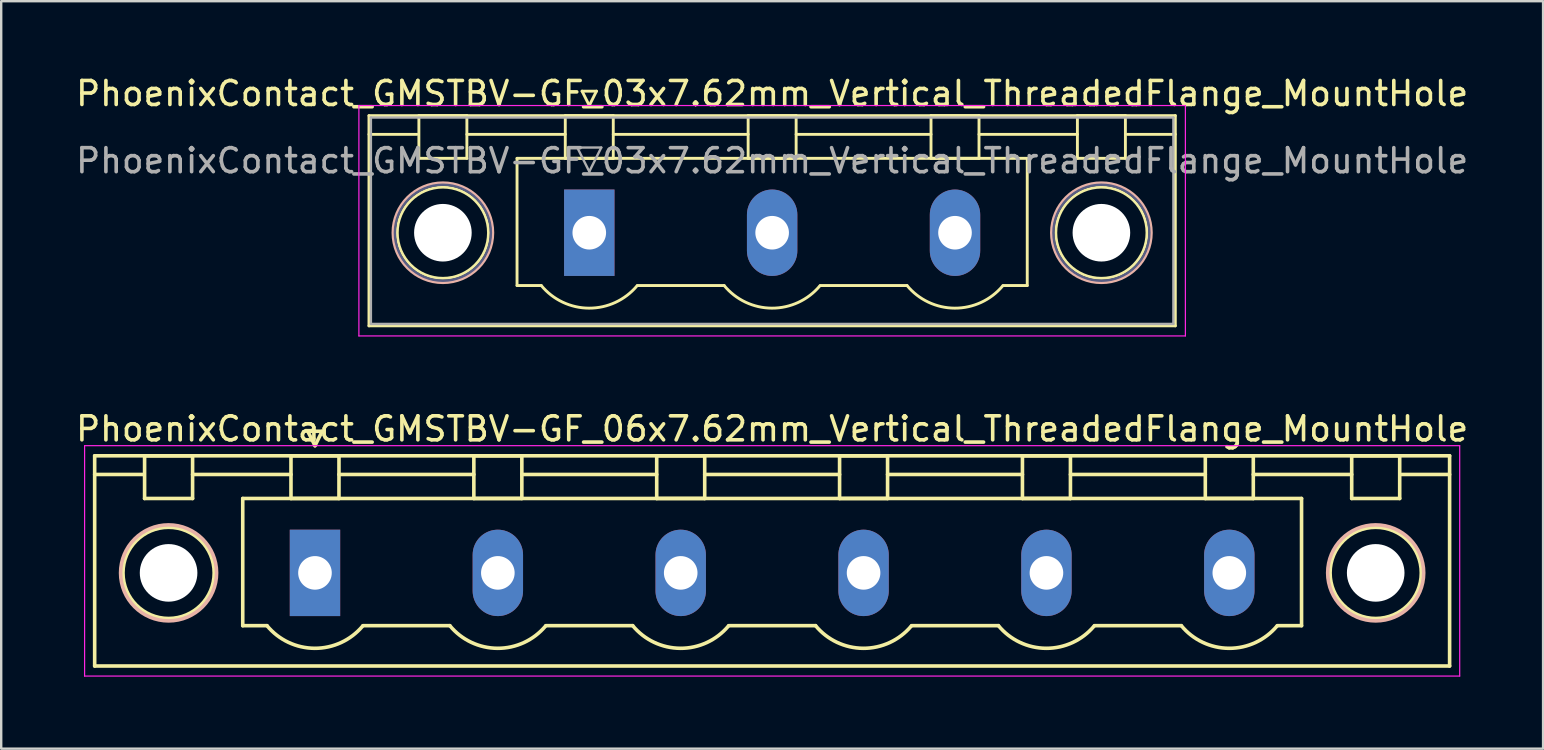
<source format=kicad_pcb>
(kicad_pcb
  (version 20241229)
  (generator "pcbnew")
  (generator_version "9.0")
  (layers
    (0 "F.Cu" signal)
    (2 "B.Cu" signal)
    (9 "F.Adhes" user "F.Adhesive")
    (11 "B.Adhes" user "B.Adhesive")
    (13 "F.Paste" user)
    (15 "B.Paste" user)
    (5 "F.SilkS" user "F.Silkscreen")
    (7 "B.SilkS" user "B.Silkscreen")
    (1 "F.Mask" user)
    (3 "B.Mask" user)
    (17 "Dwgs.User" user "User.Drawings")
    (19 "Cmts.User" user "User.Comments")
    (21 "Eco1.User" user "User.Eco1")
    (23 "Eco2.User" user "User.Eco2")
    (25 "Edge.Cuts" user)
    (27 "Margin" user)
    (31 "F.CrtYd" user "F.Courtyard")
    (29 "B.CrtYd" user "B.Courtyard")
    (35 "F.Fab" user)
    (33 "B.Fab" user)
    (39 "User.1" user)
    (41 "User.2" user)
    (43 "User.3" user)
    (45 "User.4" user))
  (footprint "PhoenixContact_GMSTBV-GF_06x7.62mm_Vertical_ThreadedFlange_MountHole"
    (layer "F.Cu")
    (at 10.075 20.822)
    (property "Reference" "PhoenixContact_GMSTBV-GF_06x7.62mm_Vertical_ThreadedFlange_MountHole" (at 19.05 -6 0) (layer "F.SilkS") (effects (font (size 1 1) (thickness 0.15))))
    (attr through_hole)
    (fp_line (start -9.18 -4.88) (end -9.18 3.88) (stroke (width 0.15) (type solid)) (layer "F.SilkS"))
    (fp_line (start -9.18 -4.1) (end -7.18 -4.1) (stroke (width 0.15) (type solid)) (layer "F.SilkS"))
    (fp_line (start -9.18 3.88) (end 47.28 3.88) (stroke (width 0.15) (type solid)) (layer "F.SilkS"))
    (fp_line (start -7.1 -4.88) (end -5.1 -4.88) (stroke (width 0.15) (type solid)) (layer "F.SilkS"))
    (fp_line (start -7.1 -3.1) (end -7.1 -4.88) (stroke (width 0.15) (type solid)) (layer "F.SilkS"))
    (fp_line (start -5.1 -4.88) (end -5.1 -3.1) (stroke (width 0.15) (type solid)) (layer "F.SilkS"))
    (fp_line (start -5.1 -4.1) (end -1 -4.1) (stroke (width 0.15) (type solid)) (layer "F.SilkS"))
    (fp_line (start -5.1 -3.1) (end -7.1 -3.1) (stroke (width 0.15) (type solid)) (layer "F.SilkS"))
    (fp_line (start -3.01 -3.1) (end 41.11 -3.1) (stroke (width 0.15) (type solid)) (layer "F.SilkS"))
    (fp_line (start -3.01 2.2) (end -3.01 -3.1) (stroke (width 0.15) (type solid)) (layer "F.SilkS"))
    (fp_line (start -2 2.2) (end -3.01 2.2) (stroke (width 0.15) (type solid)) (layer "F.SilkS"))
    (fp_line (start -1 -4.88) (end 1 -4.88) (stroke (width 0.15) (type solid)) (layer "F.SilkS"))
    (fp_line (start -1 -3.1) (end -1 -4.88) (stroke (width 0.15) (type solid)) (layer "F.SilkS"))
    (fp_line (start -0.3 -5.9) (end 0 -5.3) (stroke (width 0.15) (type solid)) (layer "F.SilkS"))
    (fp_line (start 0 -5.3) (end 0.3 -5.9) (stroke (width 0.15) (type solid)) (layer "F.SilkS"))
    (fp_line (start 0.3 -5.9) (end -0.3 -5.9) (stroke (width 0.15) (type solid)) (layer "F.SilkS"))
    (fp_line (start 1 -4.88) (end 1 -3.1) (stroke (width 0.15) (type solid)) (layer "F.SilkS"))
    (fp_line (start 1 -4.1) (end 6.62 -4.1) (stroke (width 0.15) (type solid)) (layer "F.SilkS"))
    (fp_line (start 1 -3.1) (end -1 -3.1) (stroke (width 0.15) (type solid)) (layer "F.SilkS"))
    (fp_line (start 2 2.2) (end 5.62 2.2) (stroke (width 0.15) (type solid)) (layer "F.SilkS"))
    (fp_line (start 6.62 -4.88) (end 8.62 -4.88) (stroke (width 0.15) (type solid)) (layer "F.SilkS"))
    (fp_line (start 6.62 -3.1) (end 6.62 -4.88) (stroke (width 0.15) (type solid)) (layer "F.SilkS"))
    (fp_line (start 8.62 -4.88) (end 8.62 -3.1) (stroke (width 0.15) (type solid)) (layer "F.SilkS"))
    (fp_line (start 8.62 -4.1) (end 14.24 -4.1) (stroke (width 0.15) (type solid)) (layer "F.SilkS"))
    (fp_line (start 8.62 -3.1) (end 6.62 -3.1) (stroke (width 0.15) (type solid)) (layer "F.SilkS"))
    (fp_line (start 9.62 2.2) (end 13.24 2.2) (stroke (width 0.15) (type solid)) (layer "F.SilkS"))
    (fp_line (start 14.24 -4.88) (end 16.24 -4.88) (stroke (width 0.15) (type solid)) (layer "F.SilkS"))
    (fp_line (start 14.24 -3.1) (end 14.24 -4.88) (stroke (width 0.15) (type solid)) (layer "F.SilkS"))
    (fp_line (start 16.24 -4.88) (end 16.24 -3.1) (stroke (width 0.15) (type solid)) (layer "F.SilkS"))
    (fp_line (start 16.24 -4.1) (end 21.86 -4.1) (stroke (width 0.15) (type solid)) (layer "F.SilkS"))
    (fp_line (start 16.24 -3.1) (end 14.24 -3.1) (stroke (width 0.15) (type solid)) (layer "F.SilkS"))
    (fp_line (start 17.24 2.2) (end 20.86 2.2) (stroke (width 0.15) (type solid)) (layer "F.SilkS"))
    (fp_line (start 21.86 -4.88) (end 23.86 -4.88) (stroke (width 0.15) (type solid)) (layer "F.SilkS"))
    (fp_line (start 21.86 -3.1) (end 21.86 -4.88) (stroke (width 0.15) (type solid)) (layer "F.SilkS"))
    (fp_line (start 23.86 -4.88) (end 23.86 -3.1) (stroke (width 0.15) (type solid)) (layer "F.SilkS"))
    (fp_line (start 23.86 -4.1) (end 29.48 -4.1) (stroke (width 0.15) (type solid)) (layer "F.SilkS"))
    (fp_line (start 23.86 -3.1) (end 21.86 -3.1) (stroke (width 0.15) (type solid)) (layer "F.SilkS"))
    (fp_line (start 24.86 2.2) (end 28.48 2.2) (stroke (width 0.15) (type solid)) (layer "F.SilkS"))
    (fp_line (start 29.48 -4.88) (end 31.48 -4.88) (stroke (width 0.15) (type solid)) (layer "F.SilkS"))
    (fp_line (start 29.48 -3.1) (end 29.48 -4.88) (stroke (width 0.15) (type solid)) (layer "F.SilkS"))
    (fp_line (start 31.48 -4.88) (end 31.48 -3.1) (stroke (width 0.15) (type solid)) (layer "F.SilkS"))
    (fp_line (start 31.48 -4.1) (end 37.1 -4.1) (stroke (width 0.15) (type solid)) (layer "F.SilkS"))
    (fp_line (start 31.48 -3.1) (end 29.48 -3.1) (stroke (width 0.15) (type solid)) (layer "F.SilkS"))
    (fp_line (start 32.48 2.2) (end 36.1 2.2) (stroke (width 0.15) (type solid)) (layer "F.SilkS"))
    (fp_line (start 37.1 -4.88) (end 39.1 -4.88) (stroke (width 0.15) (type solid)) (layer "F.SilkS"))
    (fp_line (start 37.1 -3.1) (end 37.1 -4.88) (stroke (width 0.15) (type solid)) (layer "F.SilkS"))
    (fp_line (start 39.1 -4.88) (end 39.1 -3.1) (stroke (width 0.15) (type solid)) (layer "F.SilkS"))
    (fp_line (start 39.1 -4.1) (end 43.2 -4.1) (stroke (width 0.15) (type solid)) (layer "F.SilkS"))
    (fp_line (start 39.1 -3.1) (end 37.1 -3.1) (stroke (width 0.15) (type solid)) (layer "F.SilkS"))
    (fp_line (start 41.11 -3.1) (end 41.11 2.2) (stroke (width 0.15) (type solid)) (layer "F.SilkS"))
    (fp_line (start 41.11 2.2) (end 40.1 2.2) (stroke (width 0.15) (type solid)) (layer "F.SilkS"))
    (fp_line (start 43.2 -4.88) (end 45.2 -4.88) (stroke (width 0.15) (type solid)) (layer "F.SilkS"))
    (fp_line (start 43.2 -3.1) (end 43.2 -4.88) (stroke (width 0.15) (type solid)) (layer "F.SilkS"))
    (fp_line (start 45.2 -4.88) (end 45.2 -3.1) (stroke (width 0.15) (type solid)) (layer "F.SilkS"))
    (fp_line (start 45.2 -3.1) (end 43.2 -3.1) (stroke (width 0.15) (type solid)) (layer "F.SilkS"))
    (fp_line (start 47.28 -4.88) (end -9.18 -4.88) (stroke (width 0.15) (type solid)) (layer "F.SilkS"))
    (fp_line (start 47.28 -4.1) (end 45.28 -4.1) (stroke (width 0.15) (type solid)) (layer "F.SilkS"))
    (fp_line (start 47.28 3.88) (end 47.28 -4.88) (stroke (width 0.15) (type solid)) (layer "F.SilkS"))
    (fp_arc (start 1.986842 2.215821) (mid -0.010289 3.142758) (end -2 2.2) (stroke (width 0.15) (type solid)) (layer "F.SilkS"))
    (fp_arc (start 9.606842 2.215821) (mid 7.609711 3.142758) (end 5.62 2.2) (stroke (width 0.15) (type solid)) (layer "F.SilkS"))
    (fp_arc (start 17.226842 2.215821) (mid 15.229711 3.142758) (end 13.24 2.2) (stroke (width 0.15) (type solid)) (layer "F.SilkS"))
    (fp_arc (start 24.846842 2.215821) (mid 22.849711 3.142758) (end 20.86 2.2) (stroke (width 0.15) (type solid)) (layer "F.SilkS"))
    (fp_arc (start 32.466842 2.215821) (mid 30.469711 3.142758) (end 28.48 2.2) (stroke (width 0.15) (type solid)) (layer "F.SilkS"))
    (fp_arc (start 40.086842 2.215821) (mid 38.089711 3.142758) (end 36.1 2.2) (stroke (width 0.15) (type solid)) (layer "F.SilkS"))
    (fp_circle (center -6.1 0) (end -5.1 0) (stroke (width 0.15) (type solid)) (fill no) (layer "F.SilkS"))
    (fp_circle (center -6.1 0) (end -4.2 0) (stroke (width 0.15) (type solid)) (fill no) (layer "F.SilkS"))
    (fp_circle (center 44.2 0) (end 45.2 0) (stroke (width 0.15) (type solid)) (fill no) (layer "F.SilkS"))
    (fp_circle (center 44.2 0) (end 46.1 0) (stroke (width 0.15) (type solid)) (fill no) (layer "F.SilkS"))
    (fp_circle (center -6.1 0) (end -4.1 0) (stroke (width 0.15) (type solid)) (fill no) (layer "B.SilkS"))
    (fp_circle (center 44.2 0) (end 46.2 0) (stroke (width 0.15) (type solid)) (fill no) (layer "B.SilkS"))
    (fp_line (start -9.6 -5.3) (end -9.6 4.3) (stroke (width 0.05) (type solid)) (layer "F.CrtYd"))
    (fp_line (start -9.6 4.3) (end 47.7 4.3) (stroke (width 0.05) (type solid)) (layer "F.CrtYd"))
    (fp_line (start 47.7 -5.3) (end -9.6 -5.3) (stroke (width 0.05) (type solid)) (layer "F.CrtYd"))
    (fp_line (start 47.7 4.3) (end 47.7 -5.3) (stroke (width 0.05) (type solid)) (layer "F.CrtYd"))
    (pad "" np_thru_hole circle (at -6.1 0) (size 2.4 2.4) (drill 2.4) (layers "*.Cu" "*.Mask"))
    (pad "" np_thru_hole circle (at 44.2 0) (size 2.4 2.4) (drill 2.4) (layers "*.Cu" "*.Mask"))
    (pad "1" thru_hole rect (at 0 0) (size 2.1 3.6) (drill 1.4) (layers "*.Cu" "*.Mask"))
    (pad "2" thru_hole oval (at 7.62 0) (size 2.1 3.6) (drill 1.4) (layers "*.Cu" "*.Mask"))
    (pad "3" thru_hole oval (at 15.24 0) (size 2.1 3.6) (drill 1.4) (layers "*.Cu" "*.Mask"))
    (pad "4" thru_hole oval (at 22.86 0) (size 2.1 3.6) (drill 1.4) (layers "*.Cu" "*.Mask"))
    (pad "5" thru_hole oval (at 30.48 0) (size 2.1 3.6) (drill 1.4) (layers "*.Cu" "*.Mask"))
    (pad "6" thru_hole oval (at 38.1 0) (size 2.1 3.6) (drill 1.4) (layers "*.Cu" "*.Mask")))
  (footprint "PhoenixContact_GMSTBV-GF_03x7.62mm_Vertical_ThreadedFlange_MountHole"
    (layer "F.Cu")
    (at 21.505 6.648)
    (property "Reference" "PhoenixContact_GMSTBV-GF_03x7.62mm_Vertical_ThreadedFlange_MountHole" (at 7.62 -5.8 0) (layer "F.SilkS") (effects (font (size 1 1) (thickness 0.15))))
    (attr through_hole)
    (fp_line (start -9.18 -4.88) (end -9.18 3.88) (stroke (width 0.12) (type solid)) (layer "F.SilkS"))
    (fp_line (start -9.18 -4.1) (end -7.18 -4.1) (stroke (width 0.12) (type solid)) (layer "F.SilkS"))
    (fp_line (start -9.18 3.88) (end 24.42 3.88) (stroke (width 0.12) (type solid)) (layer "F.SilkS"))
    (fp_line (start -7.1 -4.88) (end -5.1 -4.88) (stroke (width 0.12) (type solid)) (layer "F.SilkS"))
    (fp_line (start -7.1 -3.1) (end -7.1 -4.88) (stroke (width 0.12) (type solid)) (layer "F.SilkS"))
    (fp_line (start -5.1 -4.88) (end -5.1 -3.1) (stroke (width 0.12) (type solid)) (layer "F.SilkS"))
    (fp_line (start -5.1 -4.1) (end -1 -4.1) (stroke (width 0.12) (type solid)) (layer "F.SilkS"))
    (fp_line (start -5.1 -3.1) (end -7.1 -3.1) (stroke (width 0.12) (type solid)) (layer "F.SilkS"))
    (fp_line (start -3.01 -3.1) (end 18.25 -3.1) (stroke (width 0.12) (type solid)) (layer "F.SilkS"))
    (fp_line (start -3.01 2.2) (end -3.01 -3.1) (stroke (width 0.12) (type solid)) (layer "F.SilkS"))
    (fp_line (start -2 2.2) (end -3.01 2.2) (stroke (width 0.12) (type solid)) (layer "F.SilkS"))
    (fp_line (start -1 -4.88) (end 1 -4.88) (stroke (width 0.12) (type solid)) (layer "F.SilkS"))
    (fp_line (start -1 -3.1) (end -1 -4.88) (stroke (width 0.12) (type solid)) (layer "F.SilkS"))
    (fp_line (start -0.3 -5.9) (end 0.3 -5.9) (stroke (width 0.12) (type solid)) (layer "F.SilkS"))
    (fp_line (start 0 -5.3) (end -0.3 -5.9) (stroke (width 0.12) (type solid)) (layer "F.SilkS"))
    (fp_line (start 0.3 -5.9) (end 0 -5.3) (stroke (width 0.12) (type solid)) (layer "F.SilkS"))
    (fp_line (start 1 -4.88) (end 1 -3.1) (stroke (width 0.12) (type solid)) (layer "F.SilkS"))
    (fp_line (start 1 -4.1) (end 6.62 -4.1) (stroke (width 0.12) (type solid)) (layer "F.SilkS"))
    (fp_line (start 1 -3.1) (end -1 -3.1) (stroke (width 0.12) (type solid)) (layer "F.SilkS"))
    (fp_line (start 2 2.2) (end 5.62 2.2) (stroke (width 0.12) (type solid)) (layer "F.SilkS"))
    (fp_line (start 6.62 -4.88) (end 8.62 -4.88) (stroke (width 0.12) (type solid)) (layer "F.SilkS"))
    (fp_line (start 6.62 -3.1) (end 6.62 -4.88) (stroke (width 0.12) (type solid)) (layer "F.SilkS"))
    (fp_line (start 8.62 -4.88) (end 8.62 -3.1) (stroke (width 0.12) (type solid)) (layer "F.SilkS"))
    (fp_line (start 8.62 -4.1) (end 14.24 -4.1) (stroke (width 0.12) (type solid)) (layer "F.SilkS"))
    (fp_line (start 8.62 -3.1) (end 6.62 -3.1) (stroke (width 0.12) (type solid)) (layer "F.SilkS"))
    (fp_line (start 9.62 2.2) (end 13.24 2.2) (stroke (width 0.12) (type solid)) (layer "F.SilkS"))
    (fp_line (start 14.24 -4.88) (end 16.24 -4.88) (stroke (width 0.12) (type solid)) (layer "F.SilkS"))
    (fp_line (start 14.24 -3.1) (end 14.24 -4.88) (stroke (width 0.12) (type solid)) (layer "F.SilkS"))
    (fp_line (start 16.24 -4.88) (end 16.24 -3.1) (stroke (width 0.12) (type solid)) (layer "F.SilkS"))
    (fp_line (start 16.24 -4.1) (end 20.34 -4.1) (stroke (width 0.12) (type solid)) (layer "F.SilkS"))
    (fp_line (start 16.24 -3.1) (end 14.24 -3.1) (stroke (width 0.12) (type solid)) (layer "F.SilkS"))
    (fp_line (start 18.25 -3.1) (end 18.25 2.2) (stroke (width 0.12) (type solid)) (layer "F.SilkS"))
    (fp_line (start 18.25 2.2) (end 17.24 2.2) (stroke (width 0.12) (type solid)) (layer "F.SilkS"))
    (fp_line (start 20.34 -4.88) (end 22.34 -4.88) (stroke (width 0.12) (type solid)) (layer "F.SilkS"))
    (fp_line (start 20.34 -3.1) (end 20.34 -4.88) (stroke (width 0.12) (type solid)) (layer "F.SilkS"))
    (fp_line (start 22.34 -4.88) (end 22.34 -3.1) (stroke (width 0.12) (type solid)) (layer "F.SilkS"))
    (fp_line (start 22.34 -3.1) (end 20.34 -3.1) (stroke (width 0.12) (type solid)) (layer "F.SilkS"))
    (fp_line (start 24.42 -4.88) (end -9.18 -4.88) (stroke (width 0.12) (type solid)) (layer "F.SilkS"))
    (fp_line (start 24.42 -4.1) (end 22.42 -4.1) (stroke (width 0.12) (type solid)) (layer "F.SilkS"))
    (fp_line (start 24.42 3.88) (end 24.42 -4.88) (stroke (width 0.12) (type solid)) (layer "F.SilkS"))
    (fp_arc (start 1.986842 2.215821) (mid -0.010289 3.142758) (end -2 2.2) (stroke (width 0.12) (type solid)) (layer "F.SilkS"))
    (fp_arc (start 9.606842 2.215821) (mid 7.609711 3.142758) (end 5.62 2.2) (stroke (width 0.12) (type solid)) (layer "F.SilkS"))
    (fp_arc (start 17.226842 2.215821) (mid 15.229711 3.142758) (end 13.24 2.2) (stroke (width 0.12) (type solid)) (layer "F.SilkS"))
    (fp_circle (center -6.1 0) (end -4.2 0) (stroke (width 0.12) (type solid)) (fill no) (layer "F.SilkS"))
    (fp_circle (center 21.34 0) (end 23.24 0) (stroke (width 0.12) (type solid)) (fill no) (layer "F.SilkS"))
    (fp_circle (center -6.1 0) (end -4.02 0) (stroke (width 0.12) (type solid)) (fill no) (layer "B.SilkS"))
    (fp_circle (center 21.34 0) (end 23.42 0) (stroke (width 0.12) (type solid)) (fill no) (layer "B.SilkS"))
    (fp_line (start -9.6 -5.3) (end -9.6 4.3) (stroke (width 0.05) (type solid)) (layer "F.CrtYd"))
    (fp_line (start -9.6 4.3) (end 24.84 4.3) (stroke (width 0.05) (type solid)) (layer "F.CrtYd"))
    (fp_line (start 24.84 -5.3) (end -9.6 -5.3) (stroke (width 0.05) (type solid)) (layer "F.CrtYd"))
    (fp_line (start 24.84 4.3) (end 24.84 -5.3) (stroke (width 0.05) (type solid)) (layer "F.CrtYd"))
    (fp_circle (center -6.1 0) (end -4.1 0) (stroke (width 0.1) (type solid)) (fill no) (layer "B.Fab"))
    (fp_circle (center 21.34 0) (end 23.34 0) (stroke (width 0.1) (type solid)) (fill no) (layer "B.Fab"))
    (fp_line (start -9.1 -4.8) (end -9.1 3.8) (stroke (width 0.1) (type solid)) (layer "F.Fab"))
    (fp_line (start -9.1 3.8) (end 24.34 3.8) (stroke (width 0.1) (type solid)) (layer "F.Fab"))
    (fp_line (start -0.5 -3.55) (end 0.5 -3.55) (stroke (width 0.1) (type solid)) (layer "F.Fab"))
    (fp_line (start 0 -2.55) (end -0.5 -3.55) (stroke (width 0.1) (type solid)) (layer "F.Fab"))
    (fp_line (start 0.5 -3.55) (end 0 -2.55) (stroke (width 0.1) (type solid)) (layer "F.Fab"))
    (fp_line (start 24.34 -4.8) (end -9.1 -4.8) (stroke (width 0.1) (type solid)) (layer "F.Fab"))
    (fp_line (start 24.34 3.8) (end 24.34 -4.8) (stroke (width 0.1) (type solid)) (layer "F.Fab"))
    (fp_text user "${REFERENCE}" (at 7.62 -3 0) (layer "F.Fab") (effects (font (size 1 1) (thickness 0.15))))
    (pad "" np_thru_hole circle (at -6.1 0) (size 2.4 2.4) (drill 2.4) (layers "*.Cu" "*.Mask"))
    (pad "" np_thru_hole circle (at 21.34 0) (size 2.4 2.4) (drill 2.4) (layers "*.Cu" "*.Mask"))
    (pad "1" thru_hole rect (at 0 0) (size 2.1 3.6) (drill 1.4) (layers "*.Cu" "*.Mask"))
    (pad "2" thru_hole oval (at 7.62 0) (size 2.1 3.6) (drill 1.4) (layers "*.Cu" "*.Mask"))
    (pad "3" thru_hole oval (at 15.24 0) (size 2.1 3.6) (drill 1.4) (layers "*.Cu" "*.Mask")))
  (gr_rect
    (start -3 -3)
    (end 61.25 28.146)
    (stroke (width 0.1) (type default))
    (fill no)
    (layer "Edge.Cuts")))
</source>
